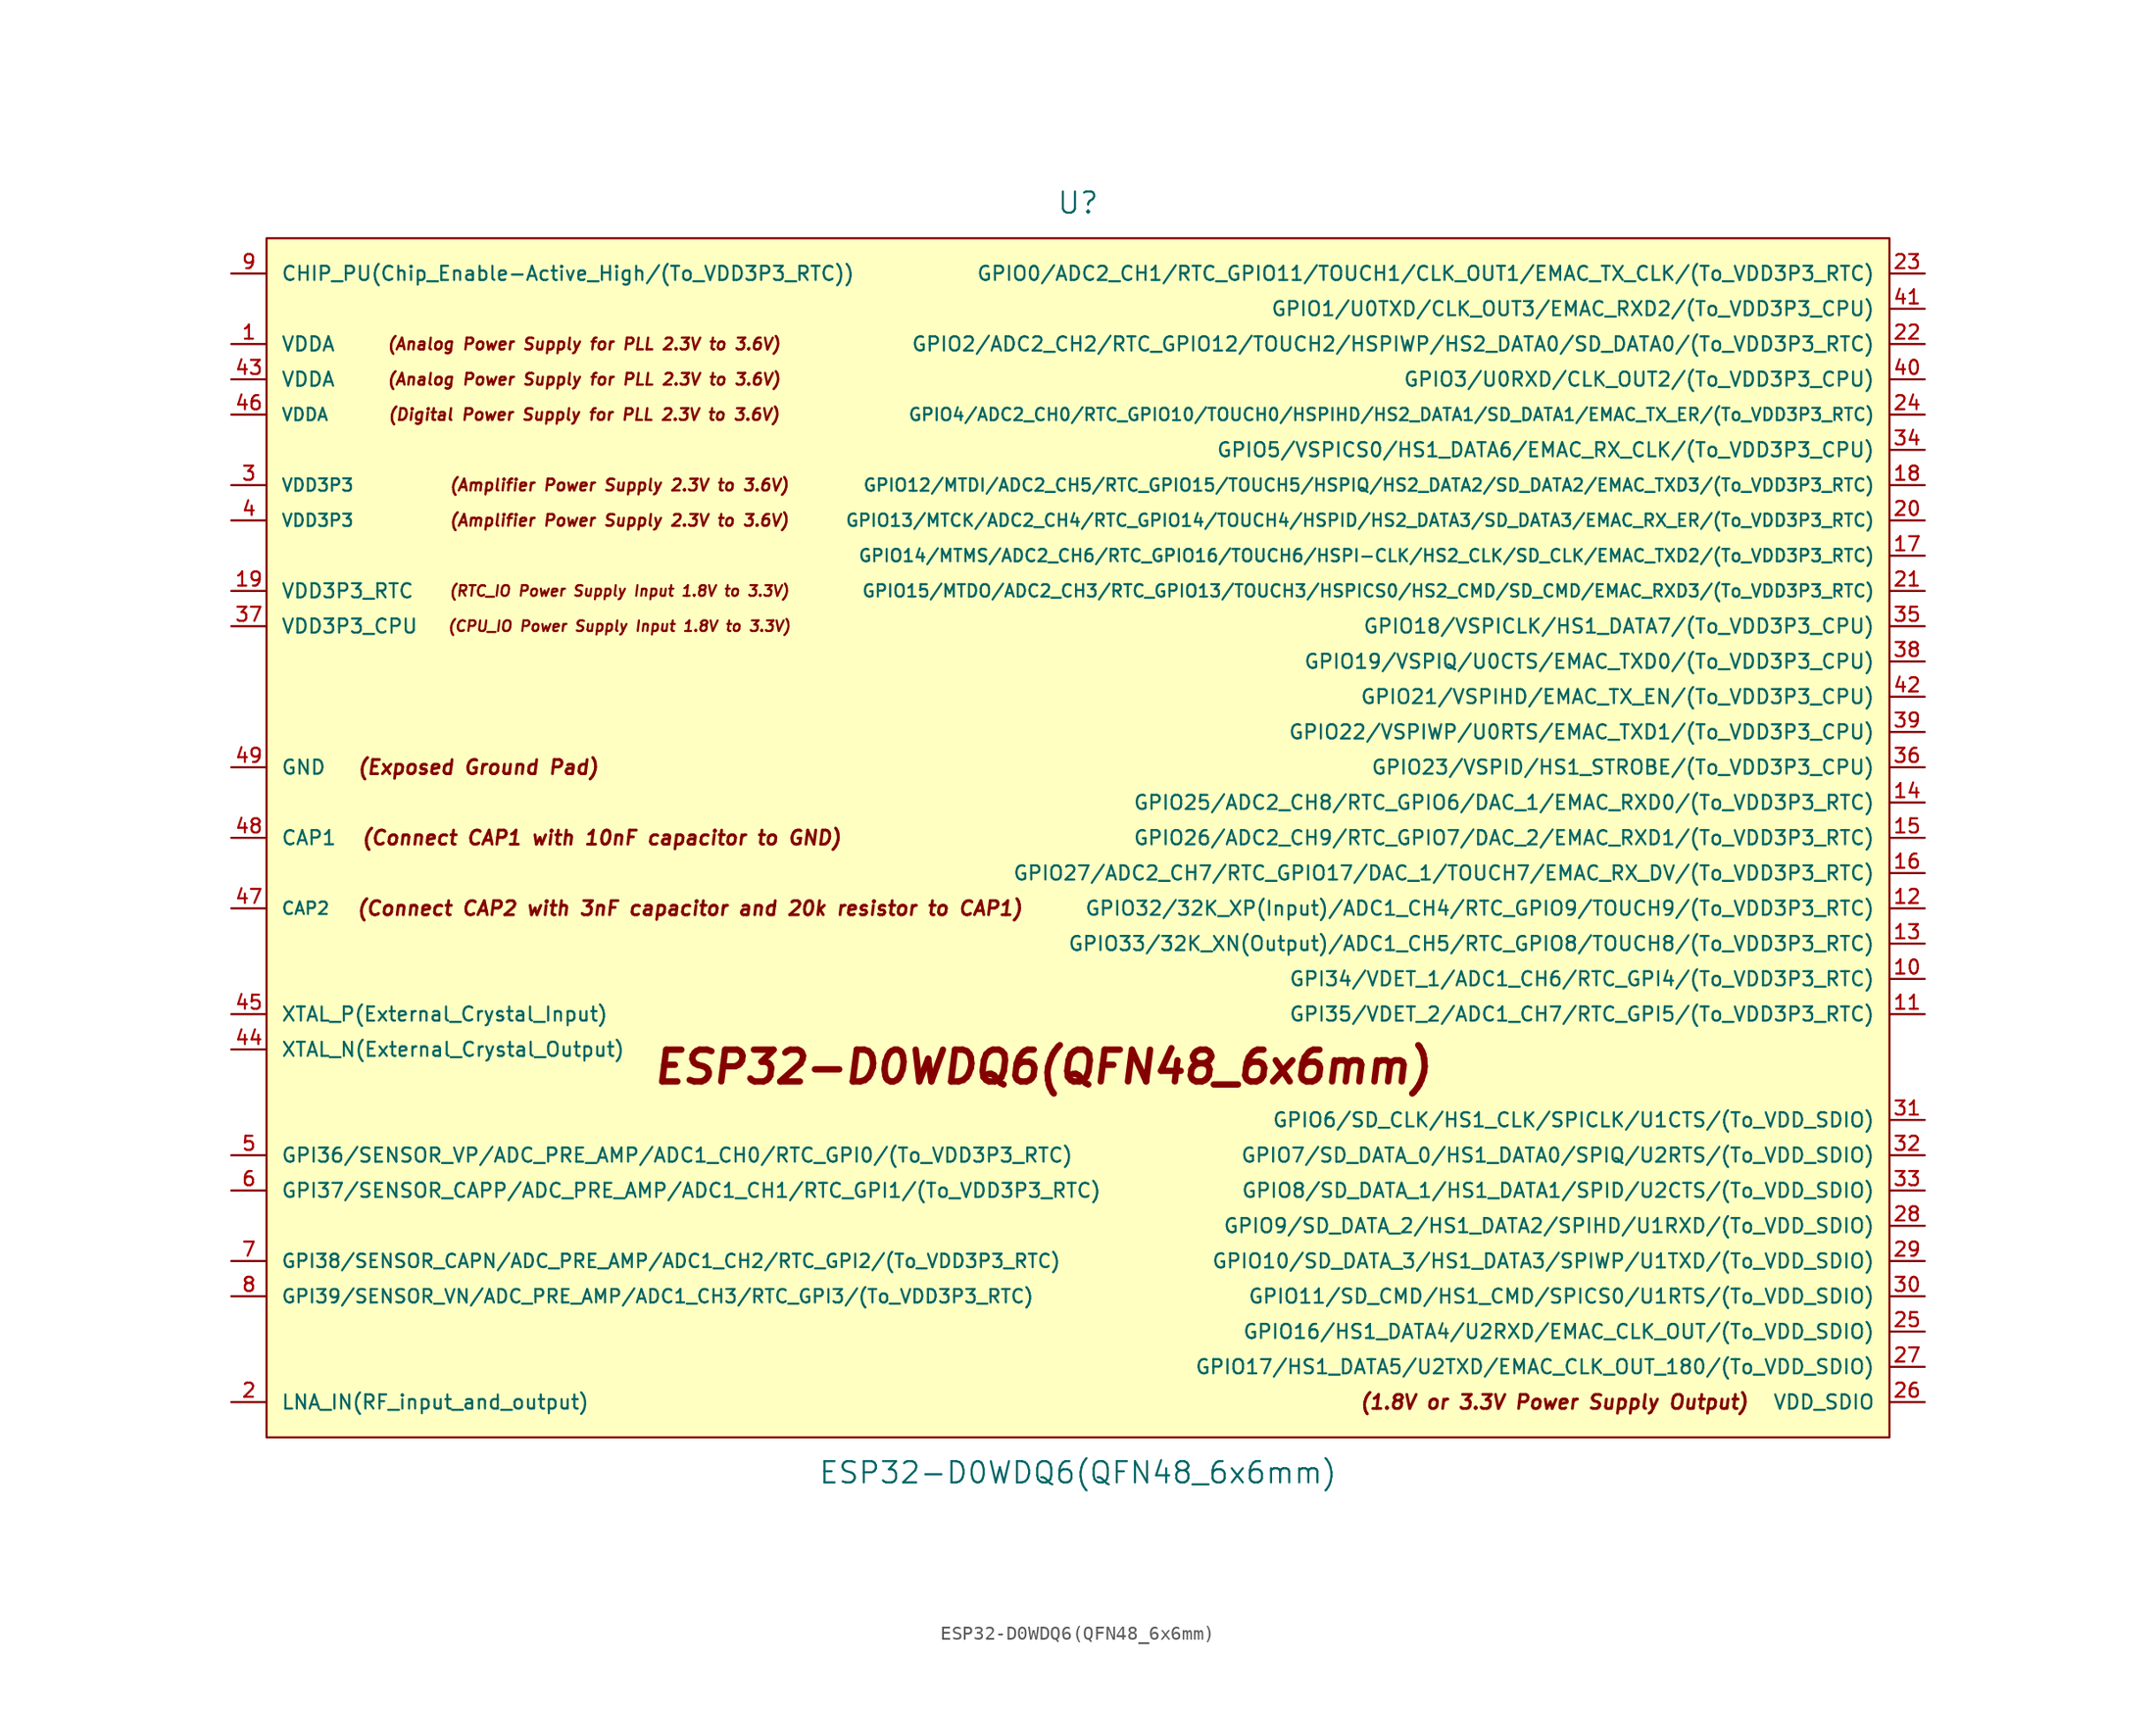
<source format=kicad_sym>
(kicad_symbol_lib
  (version 20220914)
  (generator kicad_symbol_editor)
  (symbol "ESP32-D0WDQ6(QFN48_6x6mm)"
    (pin_names
      (offset 1.016))
    (property "Reference" "U"
      (at 0 45.72 0)
      (effects (font (size 1.524 1.524))))
    (property "Value" "ESP32-D0WDQ6(QFN48_6x6mm)"
      (at 0 -45.72 0)
      (effects (font (size 1.524 1.524))))
    (symbol "ESP32-D0WDQ6(QFN48_6x6mm)_0_0"
      (text "(1.8V or 3.3V Power Supply Output)" (at 34.29 -40.64 0) (effects (font (size 1.016 1.016) bold italic)))
      (text "(Amplifier Power Supply 2.3V to 3.6V)" (at -33.02 22.86 0) (effects (font (size 0.838 0.838) bold italic)))
      (text "(Amplifier Power Supply 2.3V to 3.6V)" (at -33.02 25.4 0) (effects (font (size 0.838 0.838) bold italic)))
      (text "(Analog Power Supply for PLL 2.3V to 3.6V)" (at -35.56 33.02 0) (effects (font (size 0.838 0.838) bold italic)))
      (text "(Analog Power Supply for PLL 2.3V to 3.6V)" (at -35.56 35.56 0) (effects (font (size 0.838 0.838) bold italic)))
      (text "(Connect CAP1 with 10nF capacitor to GND)" (at -34.29 0 0) (effects (font (size 1.016 1.016) bold italic)))
      (text "(Connect CAP2 with 3nF capacitor and 20k resistor to CAP1)" (at -27.94 -5.08 0) (effects (font (size 1.016 1.016) bold italic)))
      (text "(CPU_IO Power Supply Input 1.8V to 3.3V)" (at -33.02 15.24 0) (effects (font (size 0.762 0.762) bold italic)))
      (text "(Digital Power Supply for PLL 2.3V to 3.6V)" (at -35.56 30.48 0) (effects (font (size 0.838 0.838) bold italic)))
      (text "(Exposed Ground Pad)" (at -43.18 5.08 0) (effects (font (size 1.016 1.016) bold italic)))
      (text "(RTC_IO Power Supply Input 1.8V to 3.3V)" (at -33.02 17.78 0) (effects (font (size 0.762 0.762) bold italic)))
      (text "ESP32-D0WDQ6(QFN48_6x6mm)" (at -2.54 -16.51 0) (effects (font (size 2.286 2.286) bold italic))))
    (symbol "ESP32-D0WDQ6(QFN48_6x6mm)_0_1"
      (rectangle (start -58.42 43.18) (end 58.42 -43.18) (stroke (width 0) (type solid)) (fill (type background))))
    (symbol "ESP32-D0WDQ6(QFN48_6x6mm)_1_1"
      (pin power_in line (at -60.96 35.56 0) (length 2.54) (name "VDDA" (effects (font (size 1.016 1.016)))) (number "1" (effects (font (size 1.016 1.016)))))
      (pin input line (at 60.96 -10.16 180) (length 2.54) (name "GPI34/VDET_1/ADC1_CH6/RTC_GPI4/(To_VDD3P3_RTC)" (effects (font (size 1.016 1.016)))) (number "10" (effects (font (size 1.016 1.016)))))
      (pin input line (at 60.96 -12.7 180) (length 2.54) (name "GPI35/VDET_2/ADC1_CH7/RTC_GPI5/(To_VDD3P3_RTC)" (effects (font (size 1.016 1.016)))) (number "11" (effects (font (size 1.016 1.016)))))
      (pin bidirectional line (at 60.96 -5.08 180) (length 2.54) (name "GPIO32/32K_XP(Input)/ADC1_CH4/RTC_GPIO9/TOUCH9/(To_VDD3P3_RTC)" (effects (font (size 1.016 1.016)))) (number "12" (effects (font (size 1.016 1.016)))))
      (pin bidirectional line (at 60.96 -7.62 180) (length 2.54) (name "GPIO33/32K_XN(Output)/ADC1_CH5/RTC_GPIO8/TOUCH8/(To_VDD3P3_RTC)" (effects (font (size 1.016 1.016)))) (number "13" (effects (font (size 1.016 1.016)))))
      (pin bidirectional line (at 60.96 2.54 180) (length 2.54) (name "GPIO25/ADC2_CH8/RTC_GPIO6/DAC_1/EMAC_RXD0/(To_VDD3P3_RTC)" (effects (font (size 1.016 1.016)))) (number "14" (effects (font (size 1.016 1.016)))))
      (pin bidirectional line (at 60.96 0 180) (length 2.54) (name "GPIO26/ADC2_CH9/RTC_GPIO7/DAC_2/EMAC_RXD1/(To_VDD3P3_RTC)" (effects (font (size 1.016 1.016)))) (number "15" (effects (font (size 1.016 1.016)))))
      (pin bidirectional line (at 60.96 -2.54 180) (length 2.54) (name "GPIO27/ADC2_CH7/RTC_GPIO17/DAC_1/TOUCH7/EMAC_RX_DV/(To_VDD3P3_RTC)" (effects (font (size 1.016 1.016)))) (number "16" (effects (font (size 1.016 1.016)))))
      (pin bidirectional line (at 60.96 20.32 180) (length 2.54) (name "GPIO14/MTMS/ADC2_CH6/RTC_GPIO16/TOUCH6/HSPI-CLK/HS2_CLK/SD_CLK/EMAC_TXD2/(To_VDD3P3_RTC)" (effects (font (size 0.889 0.889)))) (number "17" (effects (font (size 1.016 1.016)))))
      (pin bidirectional line (at 60.96 25.4 180) (length 2.54) (name "GPIO12/MTDI/ADC2_CH5/RTC_GPIO15/TOUCH5/HSPIQ/HS2_DATA2/SD_DATA2/EMAC_TXD3/(To_VDD3P3_RTC)" (effects (font (size 0.889 0.889)))) (number "18" (effects (font (size 1.016 1.016)))))
      (pin power_in line (at -60.96 17.78 0) (length 2.54) (name "VDD3P3_RTC" (effects (font (size 1.016 1.016)))) (number "19" (effects (font (size 1.016 1.016)))))
      (pin input line (at -60.96 -40.64 0) (length 2.54) (name "LNA_IN(RF_input_and_output)" (effects (font (size 1.016 1.016)))) (number "2" (effects (font (size 1.016 1.016)))))
      (pin bidirectional line (at 60.96 22.86 180) (length 2.54) (name "GPIO13/MTCK/ADC2_CH4/RTC_GPIO14/TOUCH4/HSPID/HS2_DATA3/SD_DATA3/EMAC_RX_ER/(To_VDD3P3_RTC)" (effects (font (size 0.889 0.889)))) (number "20" (effects (font (size 1.016 1.016)))))
      (pin bidirectional line (at 60.96 17.78 180) (length 2.54) (name "GPIO15/MTDO/ADC2_CH3/RTC_GPIO13/TOUCH3/HSPICS0/HS2_CMD/SD_CMD/EMAC_RXD3/(To_VDD3P3_RTC)" (effects (font (size 0.889 0.889)))) (number "21" (effects (font (size 1.016 1.016)))))
      (pin bidirectional line (at 60.96 35.56 180) (length 2.54) (name "GPIO2/ADC2_CH2/RTC_GPIO12/TOUCH2/HSPIWP/HS2_DATA0/SD_DATA0/(To_VDD3P3_RTC)" (effects (font (size 1.016 1.016)))) (number "22" (effects (font (size 1.016 1.016)))))
      (pin bidirectional line (at 60.96 40.64 180) (length 2.54) (name "GPIO0/ADC2_CH1/RTC_GPIO11/TOUCH1/CLK_OUT1/EMAC_TX_CLK/(To_VDD3P3_RTC)" (effects (font (size 1.016 1.016)))) (number "23" (effects (font (size 1.016 1.016)))))
      (pin bidirectional line (at 60.96 30.48 180) (length 2.54) (name "GPIO4/ADC2_CH0/RTC_GPIO10/TOUCH0/HSPIHD/HS2_DATA1/SD_DATA1/EMAC_TX_ER/(To_VDD3P3_RTC)" (effects (font (size 0.889 0.889)))) (number "24" (effects (font (size 1.016 1.016)))))
      (pin bidirectional line (at 60.96 -35.56 180) (length 2.54) (name "GPIO16/HS1_DATA4/U2RXD/EMAC_CLK_OUT/(To_VDD_SDIO)" (effects (font (size 1.016 1.016)))) (number "25" (effects (font (size 1.016 1.016)))))
      (pin power_out line (at 60.96 -40.64 180) (length 2.54) (name "VDD_SDIO" (effects (font (size 1.016 1.016)))) (number "26" (effects (font (size 1.016 1.016)))))
      (pin bidirectional line (at 60.96 -38.1 180) (length 2.54) (name "GPIO17/HS1_DATA5/U2TXD/EMAC_CLK_OUT_180/(To_VDD_SDIO)" (effects (font (size 1.016 1.016)))) (number "27" (effects (font (size 1.016 1.016)))))
      (pin bidirectional line (at 60.96 -27.94 180) (length 2.54) (name "GPIO9/SD_DATA_2/HS1_DATA2/SPIHD/U1RXD/(To_VDD_SDIO)" (effects (font (size 1.016 1.016)))) (number "28" (effects (font (size 1.016 1.016)))))
      (pin bidirectional line (at 60.96 -30.48 180) (length 2.54) (name "GPIO10/SD_DATA_3/HS1_DATA3/SPIWP/U1TXD/(To_VDD_SDIO)" (effects (font (size 1.016 1.016)))) (number "29" (effects (font (size 1.016 1.016)))))
      (pin power_in line (at -60.96 25.4 0) (length 2.54) (name "VDD3P3" (effects (font (size 0.889 0.889)))) (number "3" (effects (font (size 1.016 1.016)))))
      (pin bidirectional line (at 60.96 -33.02 180) (length 2.54) (name "GPIO11/SD_CMD/HS1_CMD/SPICS0/U1RTS/(To_VDD_SDIO)" (effects (font (size 1.016 1.016)))) (number "30" (effects (font (size 1.016 1.016)))))
      (pin bidirectional line (at 60.96 -20.32 180) (length 2.54) (name "GPIO6/SD_CLK/HS1_CLK/SPICLK/U1CTS/(To_VDD_SDIO)" (effects (font (size 1.016 1.016)))) (number "31" (effects (font (size 1.016 1.016)))))
      (pin bidirectional line (at 60.96 -22.86 180) (length 2.54) (name "GPIO7/SD_DATA_0/HS1_DATA0/SPIQ/U2RTS/(To_VDD_SDIO)" (effects (font (size 1.016 1.016)))) (number "32" (effects (font (size 1.016 1.016)))))
      (pin bidirectional line (at 60.96 -25.4 180) (length 2.54) (name "GPIO8/SD_DATA_1/HS1_DATA1/SPID/U2CTS/(To_VDD_SDIO)" (effects (font (size 1.016 1.016)))) (number "33" (effects (font (size 1.016 1.016)))))
      (pin bidirectional line (at 60.96 27.94 180) (length 2.54) (name "GPIO5/VSPICS0/HS1_DATA6/EMAC_RX_CLK/(To_VDD3P3_CPU)" (effects (font (size 1.016 1.016)))) (number "34" (effects (font (size 1.016 1.016)))))
      (pin bidirectional line (at 60.96 15.24 180) (length 2.54) (name "GPIO18/VSPICLK/HS1_DATA7/(To_VDD3P3_CPU)" (effects (font (size 1.016 1.016)))) (number "35" (effects (font (size 1.016 1.016)))))
      (pin bidirectional line (at 60.96 5.08 180) (length 2.54) (name "GPIO23/VSPID/HS1_STROBE/(To_VDD3P3_CPU)" (effects (font (size 1.016 1.016)))) (number "36" (effects (font (size 1.016 1.016)))))
      (pin power_in line (at -60.96 15.24 0) (length 2.54) (name "VDD3P3_CPU" (effects (font (size 1.016 1.016)))) (number "37" (effects (font (size 1.016 1.016)))))
      (pin bidirectional line (at 60.96 12.7 180) (length 2.54) (name "GPIO19/VSPIQ/U0CTS/EMAC_TXD0/(To_VDD3P3_CPU)" (effects (font (size 1.016 1.016)))) (number "38" (effects (font (size 1.016 1.016)))))
      (pin bidirectional line (at 60.96 7.62 180) (length 2.54) (name "GPIO22/VSPIWP/U0RTS/EMAC_TXD1/(To_VDD3P3_CPU)" (effects (font (size 1.016 1.016)))) (number "39" (effects (font (size 1.016 1.016)))))
      (pin power_in line (at -60.96 22.86 0) (length 2.54) (name "VDD3P3" (effects (font (size 0.889 0.889)))) (number "4" (effects (font (size 1.016 1.016)))))
      (pin bidirectional line (at 60.96 33.02 180) (length 2.54) (name "GPIO3/U0RXD/CLK_OUT2/(To_VDD3P3_CPU)" (effects (font (size 1.016 1.016)))) (number "40" (effects (font (size 1.016 1.016)))))
      (pin bidirectional line (at 60.96 38.1 180) (length 2.54) (name "GPIO1/U0TXD/CLK_OUT3/EMAC_RXD2/(To_VDD3P3_CPU)" (effects (font (size 1.016 1.016)))) (number "41" (effects (font (size 1.016 1.016)))))
      (pin bidirectional line (at 60.96 10.16 180) (length 2.54) (name "GPIO21/VSPIHD/EMAC_TX_EN/(To_VDD3P3_CPU)" (effects (font (size 1.016 1.016)))) (number "42" (effects (font (size 1.016 1.016)))))
      (pin power_in line (at -60.96 33.02 0) (length 2.54) (name "VDDA" (effects (font (size 1.016 1.016)))) (number "43" (effects (font (size 1.016 1.016)))))
      (pin output line (at -60.96 -15.24 0) (length 2.54) (name "XTAL_N(External_Crystal_Output)" (effects (font (size 1.016 1.016)))) (number "44" (effects (font (size 1.016 1.016)))))
      (pin input line (at -60.96 -12.7 0) (length 2.54) (name "XTAL_P(External_Crystal_Input)" (effects (font (size 1.016 1.016)))) (number "45" (effects (font (size 1.016 1.016)))))
      (pin power_in line (at -60.96 30.48 0) (length 2.54) (name "VDDA" (effects (font (size 0.889 0.889)))) (number "46" (effects (font (size 1.016 1.016)))))
      (pin input line (at -60.96 -5.08 0) (length 2.54) (name "CAP2" (effects (font (size 0.889 0.889)))) (number "47" (effects (font (size 1.016 1.016)))))
      (pin input line (at -60.96 0 0) (length 2.54) (name "CAP1" (effects (font (size 1.016 1.016)))) (number "48" (effects (font (size 1.016 1.016)))))
      (pin power_in line (at -60.96 5.08 0) (length 2.54) (name "GND" (effects (font (size 1.016 1.016)))) (number "49" (effects (font (size 1.016 1.016)))))
      (pin input line (at -60.96 -22.86 0) (length 2.54) (name "GPI36/SENSOR_VP/ADC_PRE_AMP/ADC1_CH0/RTC_GPI0/(To_VDD3P3_RTC)" (effects (font (size 1.016 1.016)))) (number "5" (effects (font (size 1.016 1.016)))))
      (pin input line (at -60.96 -25.4 0) (length 2.54) (name "GPI37/SENSOR_CAPP/ADC_PRE_AMP/ADC1_CH1/RTC_GPI1/(To_VDD3P3_RTC)" (effects (font (size 1.016 1.016)))) (number "6" (effects (font (size 1.016 1.016)))))
      (pin input line (at -60.96 -30.48 0) (length 2.54) (name "GPI38/SENSOR_CAPN/ADC_PRE_AMP/ADC1_CH2/RTC_GPI2/(To_VDD3P3_RTC)" (effects (font (size 0.965 0.965)))) (number "7" (effects (font (size 1.016 1.016)))))
      (pin input line (at -60.96 -33.02 0) (length 2.54) (name "GPI39/SENSOR_VN/ADC_PRE_AMP/ADC1_CH3/RTC_GPI3/(To_VDD3P3_RTC)" (effects (font (size 0.965 0.965)))) (number "8" (effects (font (size 1.016 1.016)))))
      (pin input line (at -60.96 40.64 0) (length 2.54) (name "CHIP_PU(Chip_Enable-Active_High/(To_VDD3P3_RTC))" (effects (font (size 1.016 1.016)))) (number "9" (effects (font (size 1.016 1.016))))))))
</source>
